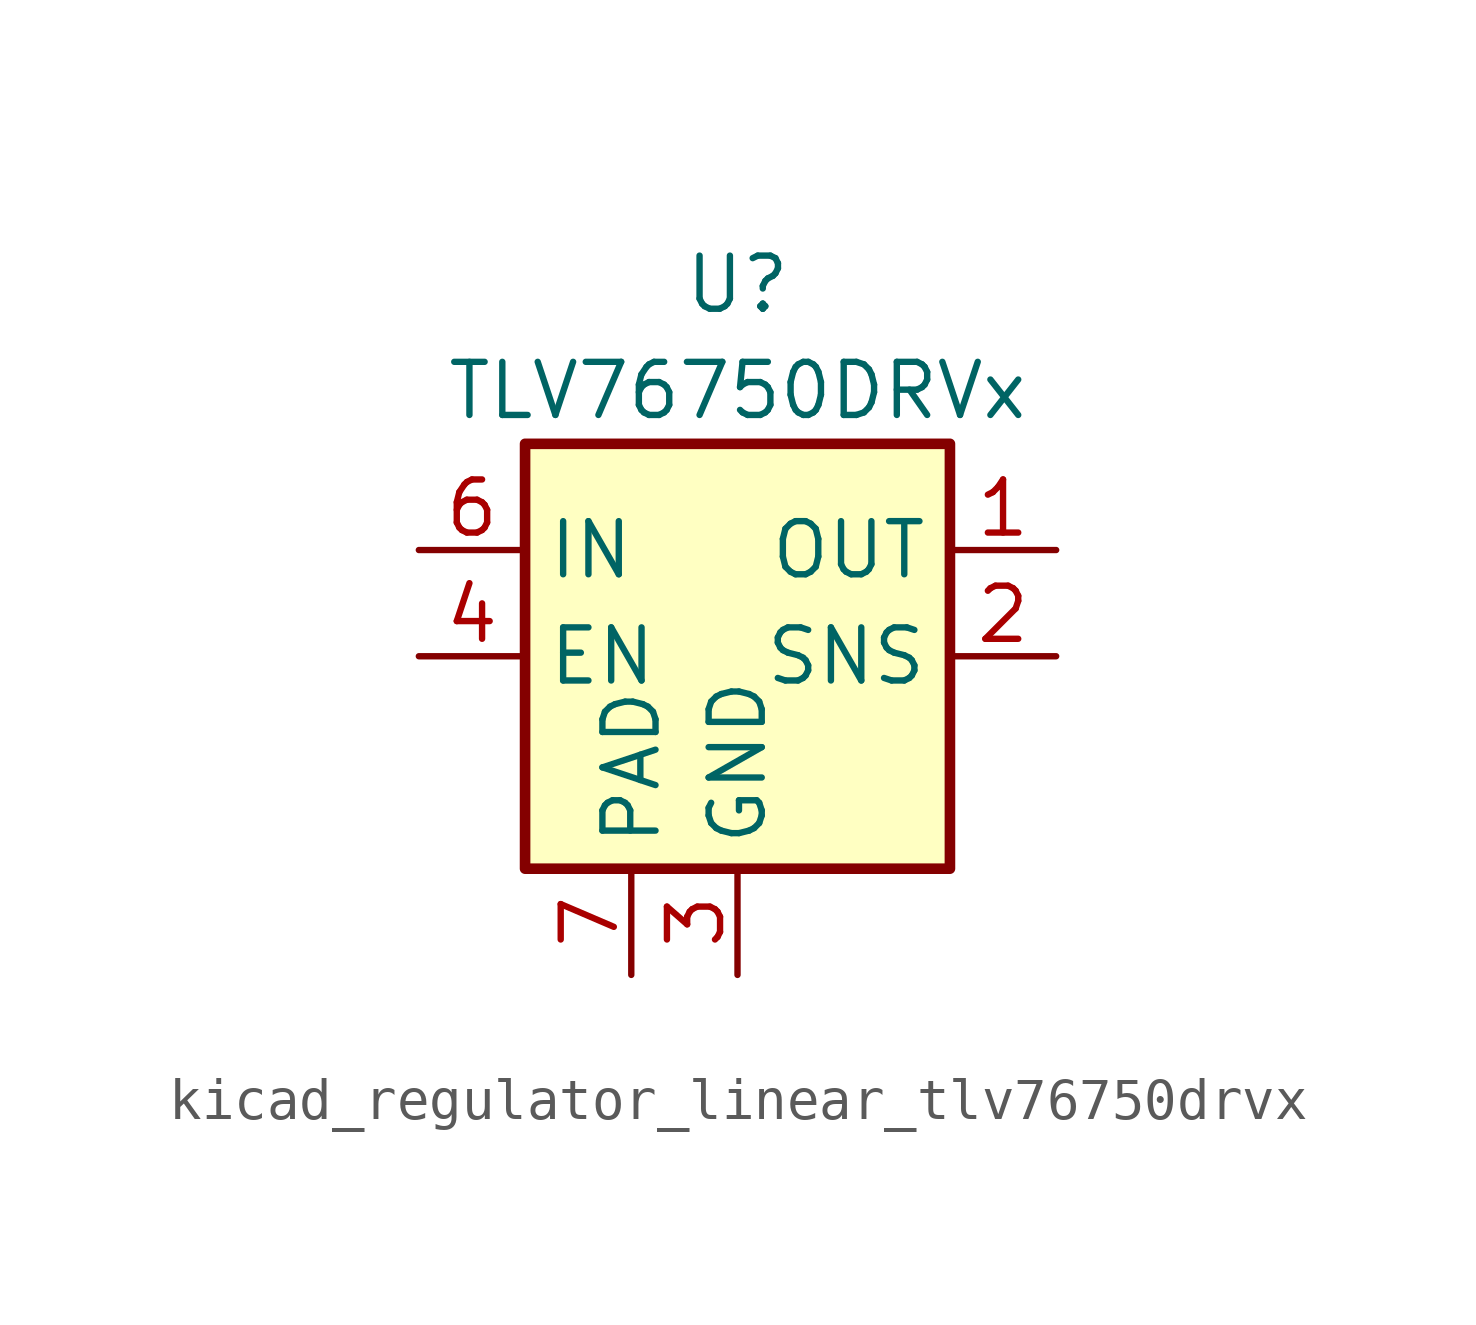
<source format=kicad_sym>
(kicad_symbol_lib
  (version 20220914)
  (generator kicad_symbol_editor)
  (symbol "kicad_regulator_linear_tlv76750drvx"
    (property "Reference" "U"
      (at 0 8.89 0)
      (effects (font (size 1.27 1.27))))
    (property "Value" "TLV76750DRVx"
      (at 0 6.35 0)
      (effects (font (size 1.27 1.27))))
    (symbol "kicad_regulator_linear_tlv76750drvx_0_1"
      (rectangle (start -5.08 -5.08) (end 5.08 5.08) (stroke (width 0.254) (type default)) (fill (type background))))
    (symbol "kicad_regulator_linear_tlv76750drvx_1_1"
      (pin power_out line (at 7.62 2.54 180) (length 2.54) (name "OUT" (effects (font (size 1.27 1.27)))) (number "1" (effects (font (size 1.27 1.27)))))
      (pin input line (at 7.62 0 180) (length 2.54) (name "SNS" (effects (font (size 1.27 1.27)))) (number "2" (effects (font (size 1.27 1.27)))))
      (pin power_in line (at 0 -7.62 90) (length 2.54) (name "GND" (effects (font (size 1.27 1.27)))) (number "3" (effects (font (size 1.27 1.27)))))
      (pin input line (at -7.62 0 0) (length 2.54) (name "EN" (effects (font (size 1.27 1.27)))) (number "4" (effects (font (size 1.27 1.27)))))
      (pin passive line (at 0 -7.62 90) (length 2.54) hide (name "GND" (effects (font (size 1.27 1.27)))) (number "5" (effects (font (size 1.27 1.27)))))
      (pin power_in line (at -7.62 2.54 0) (length 2.54) (name "IN" (effects (font (size 1.27 1.27)))) (number "6" (effects (font (size 1.27 1.27)))))
      (pin passive line (at -2.54 -7.62 90) (length 2.54) (name "PAD" (effects (font (size 1.27 1.27)))) (number "7" (effects (font (size 1.27 1.27))))))))
</source>
